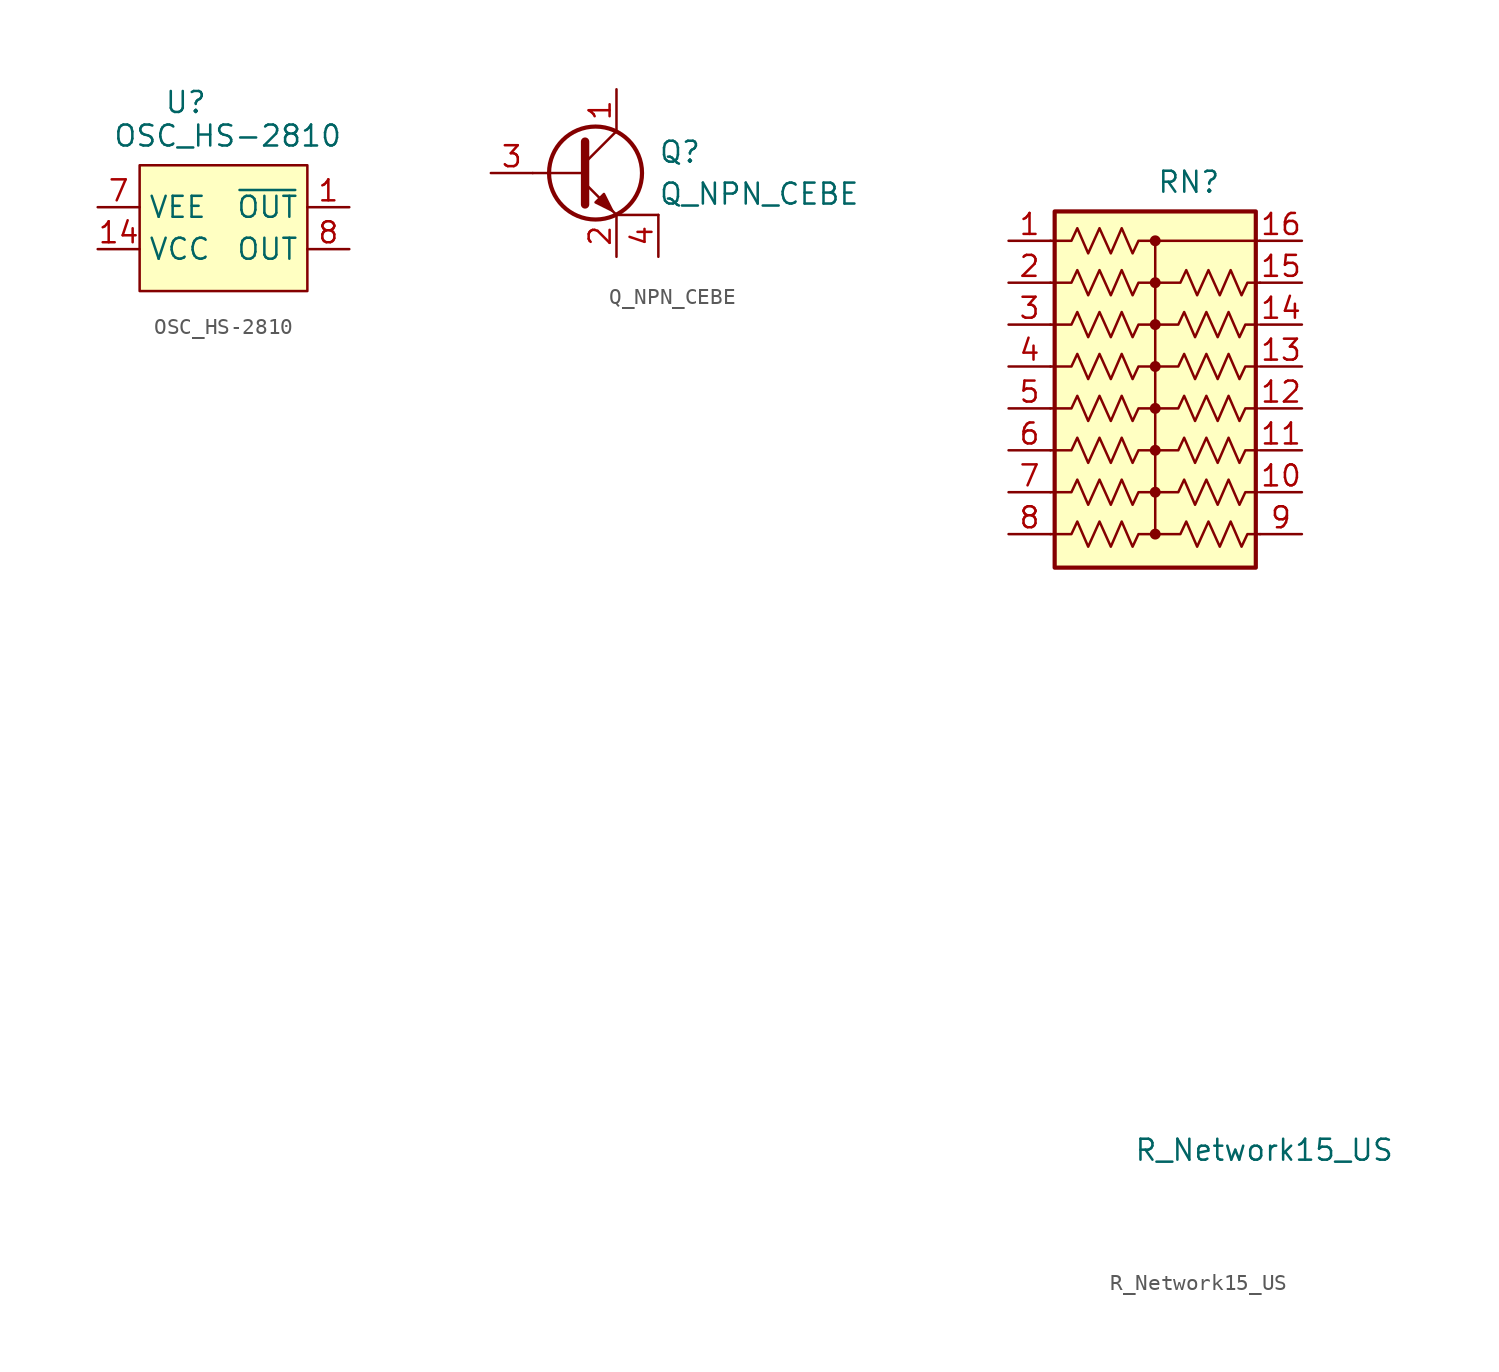
<source format=kicad_sym>
(kicad_symbol_lib
  (version 20241209)
  (generator "kicad_symbol_editor")
  (generator_version "9.0")
  (symbol "OSC_HS-2810"
    (property "Reference" "U"
      (at 2.794 3.81 0)
      (effects (font (size 1.27 1.27))))
    (property "Value" "OSC_HS-2810"
      (at 5.334 1.778 0)
      (effects (font (size 1.27 1.27))))
    (symbol "OSC_HS-2810_1_0"
      (pin power_in line (at -2.54 -2.54 0) (length 2.54) (name "VEE" (effects (font (size 1.27 1.27)))) (number "7" (effects (font (size 1.27 1.27)))))
      (pin power_in line (at -2.54 -5.08 0) (length 2.54) (name "VCC" (effects (font (size 1.27 1.27)))) (number "14" (effects (font (size 1.27 1.27)))))
      (pin output line (at 12.7 -2.54 180) (length 2.54) (name "~{OUT}" (effects (font (size 1.27 1.27)))) (number "1" (effects (font (size 1.27 1.27)))))
      (pin output line (at 12.7 -5.08 180) (length 2.54) (name "OUT" (effects (font (size 1.27 1.27)))) (number "8" (effects (font (size 1.27 1.27))))))
    (symbol "OSC_HS-2810_1_1"
      (rectangle (start 0 0) (end 10.16 -7.62) (stroke (width 0) (type solid)) (fill (type background)))))
  (symbol "Q_NPN_CEBE"
    (pin_names
      (offset 0)
      (hide yes))
    (property "Reference" "Q"
      (at 5.08 1.27 0)
      (effects (font (size 1.27 1.27)) (justify left)))
    (property "Value" "Q_NPN_CEBE"
      (at 5.08 -1.27 0)
      (effects (font (size 1.27 1.27)) (justify left)))
    (symbol "Q_NPN_CEBE_0_1"
      (polyline (pts (xy -2.54 0) (xy 0.635 0)) (stroke (width 0) (type default)) (fill (type none)))
      (polyline (pts (xy 0.635 1.905) (xy 0.635 -1.905)) (stroke (width 0.508) (type default)) (fill (type none)))
      (circle (center 1.27 0) (radius 2.819) (stroke (width 0.254) (type default)) (fill (type none)))
      (polyline (pts (xy 5.08 -2.54) (xy 2.54 -2.54)) (stroke (width 0) (type default)) (fill (type none))))
    (symbol "Q_NPN_CEBE_1_1"
      (polyline (pts (xy 0.635 0.635) (xy 2.54 2.54)) (stroke (width 0) (type default)) (fill (type none)))
      (polyline (pts (xy 0.635 -0.635) (xy 2.54 -2.54)) (stroke (width 0) (type default)) (fill (type none)))
      (polyline (pts (xy 1.27 -1.778) (xy 1.778 -1.27) (xy 2.286 -2.286) (xy 1.27 -1.778)) (stroke (width 0) (type default)) (fill (type outline)))
      (pin input line (at -5.08 0 0) (length 2.54) (name "B" (effects (font (size 1.27 1.27)))) (number "3" (effects (font (size 1.27 1.27)))))
      (pin passive line (at 2.54 5.08 270) (length 2.54) (name "C" (effects (font (size 1.27 1.27)))) (number "1" (effects (font (size 1.27 1.27)))))
      (pin passive line (at 2.54 -5.08 90) (length 2.54) (name "E" (effects (font (size 1.27 1.27)))) (number "2" (effects (font (size 1.27 1.27)))))
      (pin passive line (at 5.08 -5.08 90) (length 2.54) (name "E" (effects (font (size 1.27 1.27)))) (number "4" (effects (font (size 1.27 1.27)))))))
  (symbol "R_Network15_US"
    (pin_names
      (offset 0)
      (hide yes))
    (property "Reference" "RN"
      (at 2.032 12.446 0)
      (effects (font (size 1.27 1.27))))
    (property "Value" "R_Network15_US"
      (at 6.604 -46.228 0)
      (effects (font (size 1.27 1.27))))
    (symbol "R_Network15_US_0_1"
      (rectangle (start -6.096 10.668) (end 6.096 -10.922) (stroke (width 0.254) (type default)) (fill (type background)))
      (polyline (pts (xy -0.254 8.89) (xy -1.016 8.89) (xy -1.372 8.128) (xy -2.032 9.652) (xy -2.692 8.128) (xy -3.378 9.652) (xy -4.064 8.128) (xy -4.724 9.652) (xy -5.08 8.89) (xy -6.35 8.89)) (stroke (width 0) (type default)) (fill (type none)))
      (polyline (pts (xy -0.254 6.35) (xy -1.016 6.35) (xy -1.372 5.588) (xy -2.032 7.112) (xy -2.692 5.588) (xy -3.378 7.112) (xy -4.064 5.588) (xy -4.724 7.112) (xy -5.08 6.35) (xy -6.35 6.35)) (stroke (width 0) (type default)) (fill (type none)))
      (polyline (pts (xy -0.254 3.81) (xy -1.016 3.81) (xy -1.372 3.048) (xy -2.032 4.572) (xy -2.692 3.048) (xy -3.378 4.572) (xy -4.064 3.048) (xy -4.724 4.572) (xy -5.08 3.81) (xy -6.35 3.81)) (stroke (width 0) (type default)) (fill (type none)))
      (polyline (pts (xy -0.254 1.27) (xy -1.016 1.27) (xy -1.372 0.508) (xy -2.032 2.032) (xy -2.692 0.508) (xy -3.378 2.032) (xy -4.064 0.508) (xy -4.724 2.032) (xy -5.08 1.27) (xy -6.35 1.27)) (stroke (width 0) (type default)) (fill (type none)))
      (polyline (pts (xy -0.254 -1.27) (xy -1.016 -1.27) (xy -1.372 -2.032) (xy -2.032 -0.508) (xy -2.692 -2.032) (xy -3.378 -0.508) (xy -4.064 -2.032) (xy -4.724 -0.508) (xy -5.08 -1.27) (xy -6.35 -1.27)) (stroke (width 0) (type default)) (fill (type none)))
      (polyline (pts (xy -0.254 -3.81) (xy -1.016 -3.81) (xy -1.372 -4.572) (xy -2.032 -3.048) (xy -2.692 -4.572) (xy -3.378 -3.048) (xy -4.064 -4.572) (xy -4.724 -3.048) (xy -5.08 -3.81) (xy -6.35 -3.81)) (stroke (width 0) (type default)) (fill (type none)))
      (polyline (pts (xy -0.254 -6.35) (xy -1.016 -6.35) (xy -1.372 -7.112) (xy -2.032 -5.588) (xy -2.692 -7.112) (xy -3.378 -5.588) (xy -4.064 -7.112) (xy -4.724 -5.588) (xy -5.08 -6.35) (xy -6.35 -6.35)) (stroke (width 0) (type default)) (fill (type none)))
      (polyline (pts (xy -0.254 -8.89) (xy -1.016 -8.89) (xy -1.372 -9.652) (xy -2.032 -8.128) (xy -2.692 -9.652) (xy -3.378 -8.128) (xy -4.064 -9.652) (xy -4.724 -8.128) (xy -5.08 -8.89) (xy -6.35 -8.89)) (stroke (width 0) (type default)) (fill (type none)))
      (circle (center 0 8.89) (radius 0.254) (stroke (width 0) (type default)) (fill (type outline)))
      (polyline (pts (xy 0 8.89) (xy 0 -8.89)) (stroke (width 0) (type default)) (fill (type none)))
      (circle (center 0 6.35) (radius 0.254) (stroke (width 0) (type default)) (fill (type outline)))
      (circle (center 0 3.81) (radius 0.254) (stroke (width 0) (type default)) (fill (type outline)))
      (circle (center 0 1.27) (radius 0.254) (stroke (width 0) (type default)) (fill (type outline)))
      (circle (center 0 -1.27) (radius 0.254) (stroke (width 0) (type default)) (fill (type outline)))
      (circle (center 0 -3.81) (radius 0.254) (stroke (width 0) (type default)) (fill (type outline)))
      (circle (center 0 -6.35) (radius 0.254) (stroke (width 0) (type default)) (fill (type outline)))
      (circle (center 0 -8.89) (radius 0.254) (stroke (width 0) (type default)) (fill (type outline)))
      (polyline (pts (xy 6.223 3.81) (xy 5.461 3.81) (xy 5.105 3.048) (xy 4.445 4.572) (xy 3.785 3.048) (xy 3.099 4.572) (xy 2.413 3.048) (xy 1.753 4.572) (xy 1.397 3.81) (xy 0.127 3.81)) (stroke (width 0) (type default)) (fill (type none)))
      (polyline (pts (xy 6.223 1.27) (xy 5.461 1.27) (xy 5.105 0.508) (xy 4.445 2.032) (xy 3.785 0.508) (xy 3.099 2.032) (xy 2.413 0.508) (xy 1.753 2.032) (xy 1.397 1.27) (xy 0.127 1.27)) (stroke (width 0) (type default)) (fill (type none)))
      (polyline (pts (xy 6.223 -1.27) (xy 5.461 -1.27) (xy 5.105 -2.032) (xy 4.445 -0.508) (xy 3.785 -2.032) (xy 3.099 -0.508) (xy 2.413 -2.032) (xy 1.753 -0.508) (xy 1.397 -1.27) (xy 0.127 -1.27)) (stroke (width 0) (type default)) (fill (type none)))
      (polyline (pts (xy 6.223 -3.81) (xy 5.461 -3.81) (xy 5.105 -4.572) (xy 4.445 -3.048) (xy 3.785 -4.572) (xy 3.099 -3.048) (xy 2.413 -4.572) (xy 1.753 -3.048) (xy 1.397 -3.81) (xy 0.127 -3.81)) (stroke (width 0) (type default)) (fill (type none)))
      (polyline (pts (xy 6.223 -6.35) (xy 5.461 -6.35) (xy 5.105 -7.112) (xy 4.445 -5.588) (xy 3.785 -7.112) (xy 3.099 -5.588) (xy 2.413 -7.112) (xy 1.753 -5.588) (xy 1.397 -6.35) (xy 0.127 -6.35)) (stroke (width 0) (type default)) (fill (type none)))
      (polyline (pts (xy 6.35 8.89) (xy -0.254 8.89)) (stroke (width 0) (type default)) (fill (type none)))
      (polyline (pts (xy 6.35 6.35) (xy 5.588 6.35) (xy 5.232 5.588) (xy 4.572 7.112) (xy 3.912 5.588) (xy 3.226 7.112) (xy 2.54 5.588) (xy 1.88 7.112) (xy 1.524 6.35) (xy 0.254 6.35)) (stroke (width 0) (type default)) (fill (type none)))
      (polyline (pts (xy 6.35 -8.89) (xy 5.588 -8.89) (xy 5.232 -9.652) (xy 4.572 -8.128) (xy 3.912 -9.652) (xy 3.226 -8.128) (xy 2.54 -9.652) (xy 1.88 -8.128) (xy 1.524 -8.89) (xy 0.254 -8.89)) (stroke (width 0) (type default)) (fill (type none))))
    (symbol "R_Network15_US_1_1"
      (pin passive line (at -8.89 8.89 0) (length 2.54) (name "R0" (effects (font (size 1.27 1.27)))) (number "1" (effects (font (size 1.27 1.27)))))
      (pin passive line (at -8.89 6.35 0) (length 2.54) (name "R1" (effects (font (size 1.27 1.27)))) (number "2" (effects (font (size 1.27 1.27)))))
      (pin passive line (at -8.89 3.81 0) (length 2.54) (name "R2" (effects (font (size 1.27 1.27)))) (number "3" (effects (font (size 1.27 1.27)))))
      (pin passive line (at -8.89 1.27 0) (length 2.54) (name "R3" (effects (font (size 1.27 1.27)))) (number "4" (effects (font (size 1.27 1.27)))))
      (pin passive line (at -8.89 -1.27 0) (length 2.54) (name "R4" (effects (font (size 1.27 1.27)))) (number "5" (effects (font (size 1.27 1.27)))))
      (pin passive line (at -8.89 -3.81 0) (length 2.54) (name "R5" (effects (font (size 1.27 1.27)))) (number "6" (effects (font (size 1.27 1.27)))))
      (pin passive line (at -8.89 -6.35 0) (length 2.54) (name "R6" (effects (font (size 1.27 1.27)))) (number "7" (effects (font (size 1.27 1.27)))))
      (pin passive line (at -8.89 -8.89 0) (length 2.54) (name "R7" (effects (font (size 1.27 1.27)))) (number "8" (effects (font (size 1.27 1.27)))))
      (pin passive line (at 8.89 8.89 180) (length 2.54) (name "common" (effects (font (size 1.27 1.27)))) (number "16" (effects (font (size 1.27 1.27)))))
      (pin passive line (at 8.89 6.35 180) (length 2.54) (name "R13" (effects (font (size 1.27 1.27)))) (number "15" (effects (font (size 1.27 1.27)))))
      (pin passive line (at 8.89 3.81 180) (length 2.54) (name "R13" (effects (font (size 1.27 1.27)))) (number "14" (effects (font (size 1.27 1.27)))))
      (pin passive line (at 8.89 1.27 180) (length 2.54) (name "R12" (effects (font (size 1.27 1.27)))) (number "13" (effects (font (size 1.27 1.27)))))
      (pin passive line (at 8.89 -1.27 180) (length 2.54) (name "R11" (effects (font (size 1.27 1.27)))) (number "12" (effects (font (size 1.27 1.27)))))
      (pin passive line (at 8.89 -3.81 180) (length 2.54) (name "R10" (effects (font (size 1.27 1.27)))) (number "11" (effects (font (size 1.27 1.27)))))
      (pin passive line (at 8.89 -6.35 180) (length 2.54) (name "R9" (effects (font (size 1.27 1.27)))) (number "10" (effects (font (size 1.27 1.27)))))
      (pin passive line (at 8.89 -8.89 180) (length 2.54) (name "R8" (effects (font (size 1.27 1.27)))) (number "9" (effects (font (size 1.27 1.27))))))))
</source>
